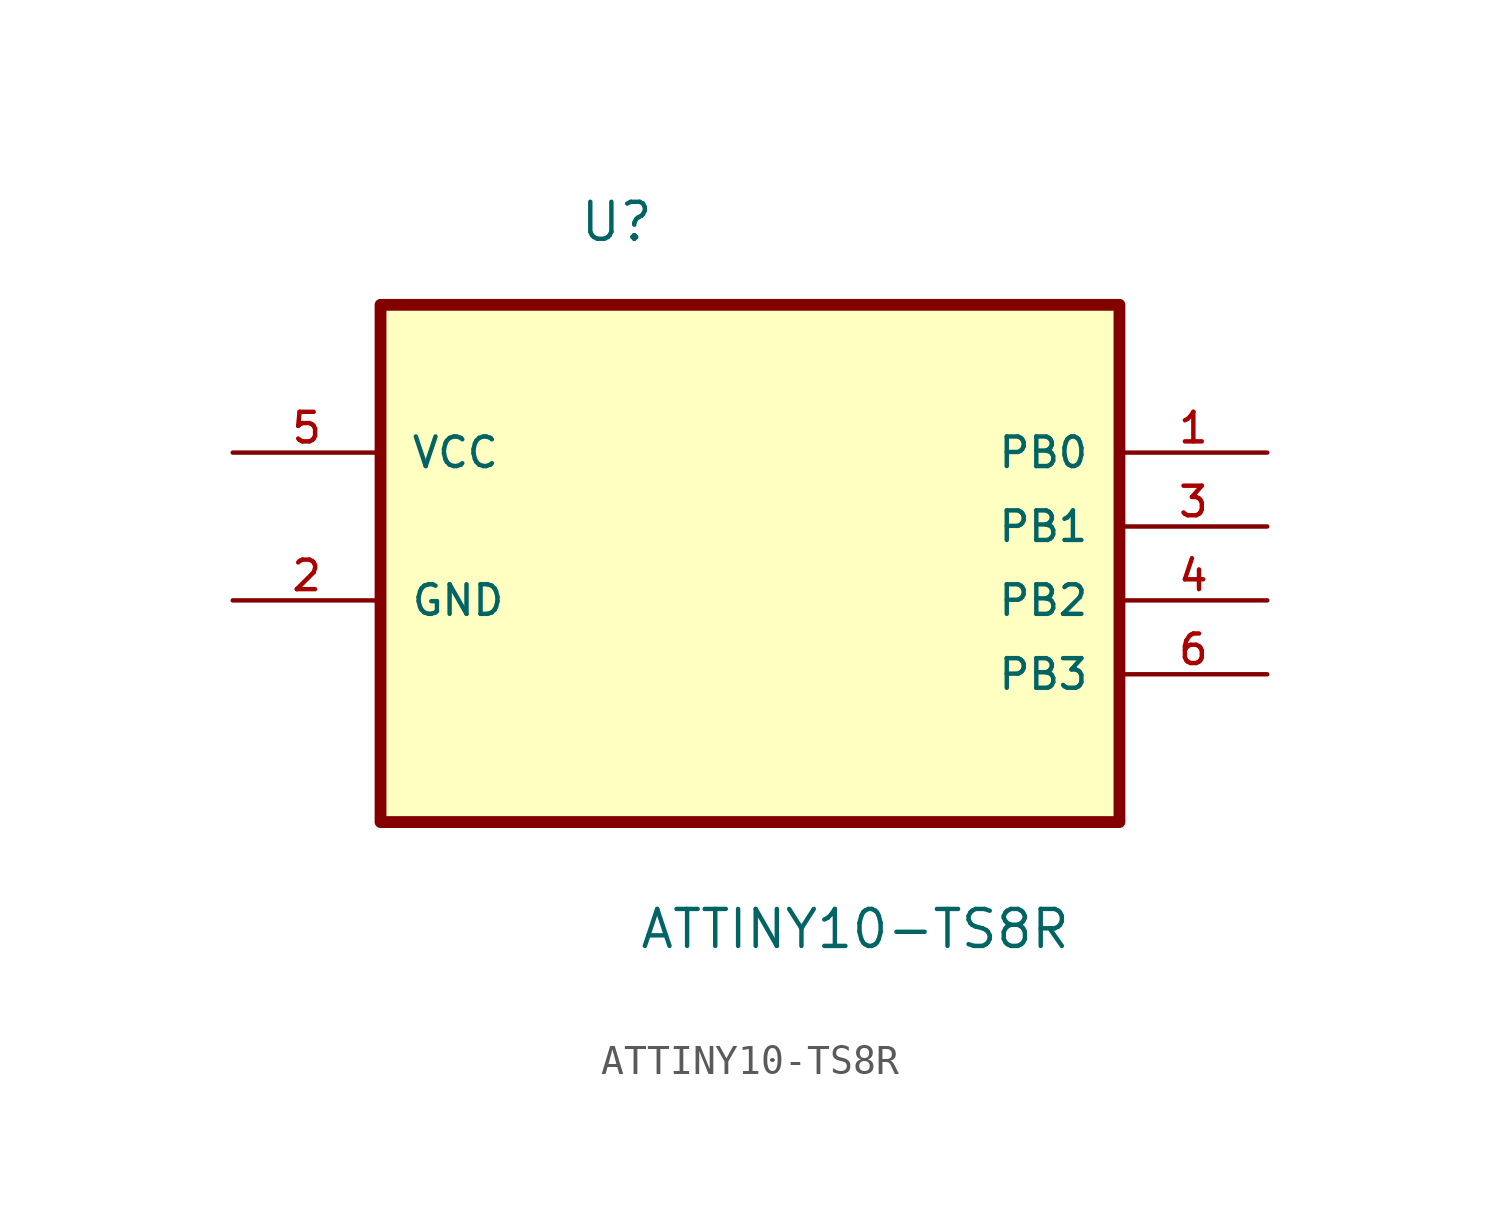
<source format=kicad_sym>
(kicad_symbol_lib
  (version 20211014)
  (generator kicad_symbol_editor)
  (symbol "ATTINY10-TS8R"
    (pin_names
      (offset 1.016))
    (property "Reference" "U"
      (at -5.893 7.188 0)
      (effects (font (size 1.27 1.27)) (justify left bottom)))
    (property "Value" "ATTINY10-TS8R"
      (at -3.835 -17.12 0)
      (effects (font (size 1.27 1.27)) (justify left bottom)))
    (symbol "ATTINY10-TS8R_0_0"
      (rectangle (start -12.7 -12.7) (end 12.7 5.08) (stroke (width 0.406) (type default) (color 0 0 0 0)) (fill (type background)))
      (pin bidirectional line (at 17.78 0 180) (length 5.08) (name "PB0" (effects (font (size 1.016 1.016)))) (number "1" (effects (font (size 1.016 1.016)))))
      (pin passive line (at -17.78 -5.08 0) (length 5.08) (name "GND" (effects (font (size 1.016 1.016)))) (number "2" (effects (font (size 1.016 1.016)))))
      (pin bidirectional line (at 17.78 -2.54 180) (length 5.08) (name "PB1" (effects (font (size 1.016 1.016)))) (number "3" (effects (font (size 1.016 1.016)))))
      (pin bidirectional line (at 17.78 -5.08 180) (length 5.08) (name "PB2" (effects (font (size 1.016 1.016)))) (number "4" (effects (font (size 1.016 1.016)))))
      (pin power_in line (at -17.78 0 0) (length 5.08) (name "VCC" (effects (font (size 1.016 1.016)))) (number "5" (effects (font (size 1.016 1.016)))))
      (pin bidirectional line (at 17.78 -7.62 180) (length 5.08) (name "PB3" (effects (font (size 1.016 1.016)))) (number "6" (effects (font (size 1.016 1.016))))))))
</source>
